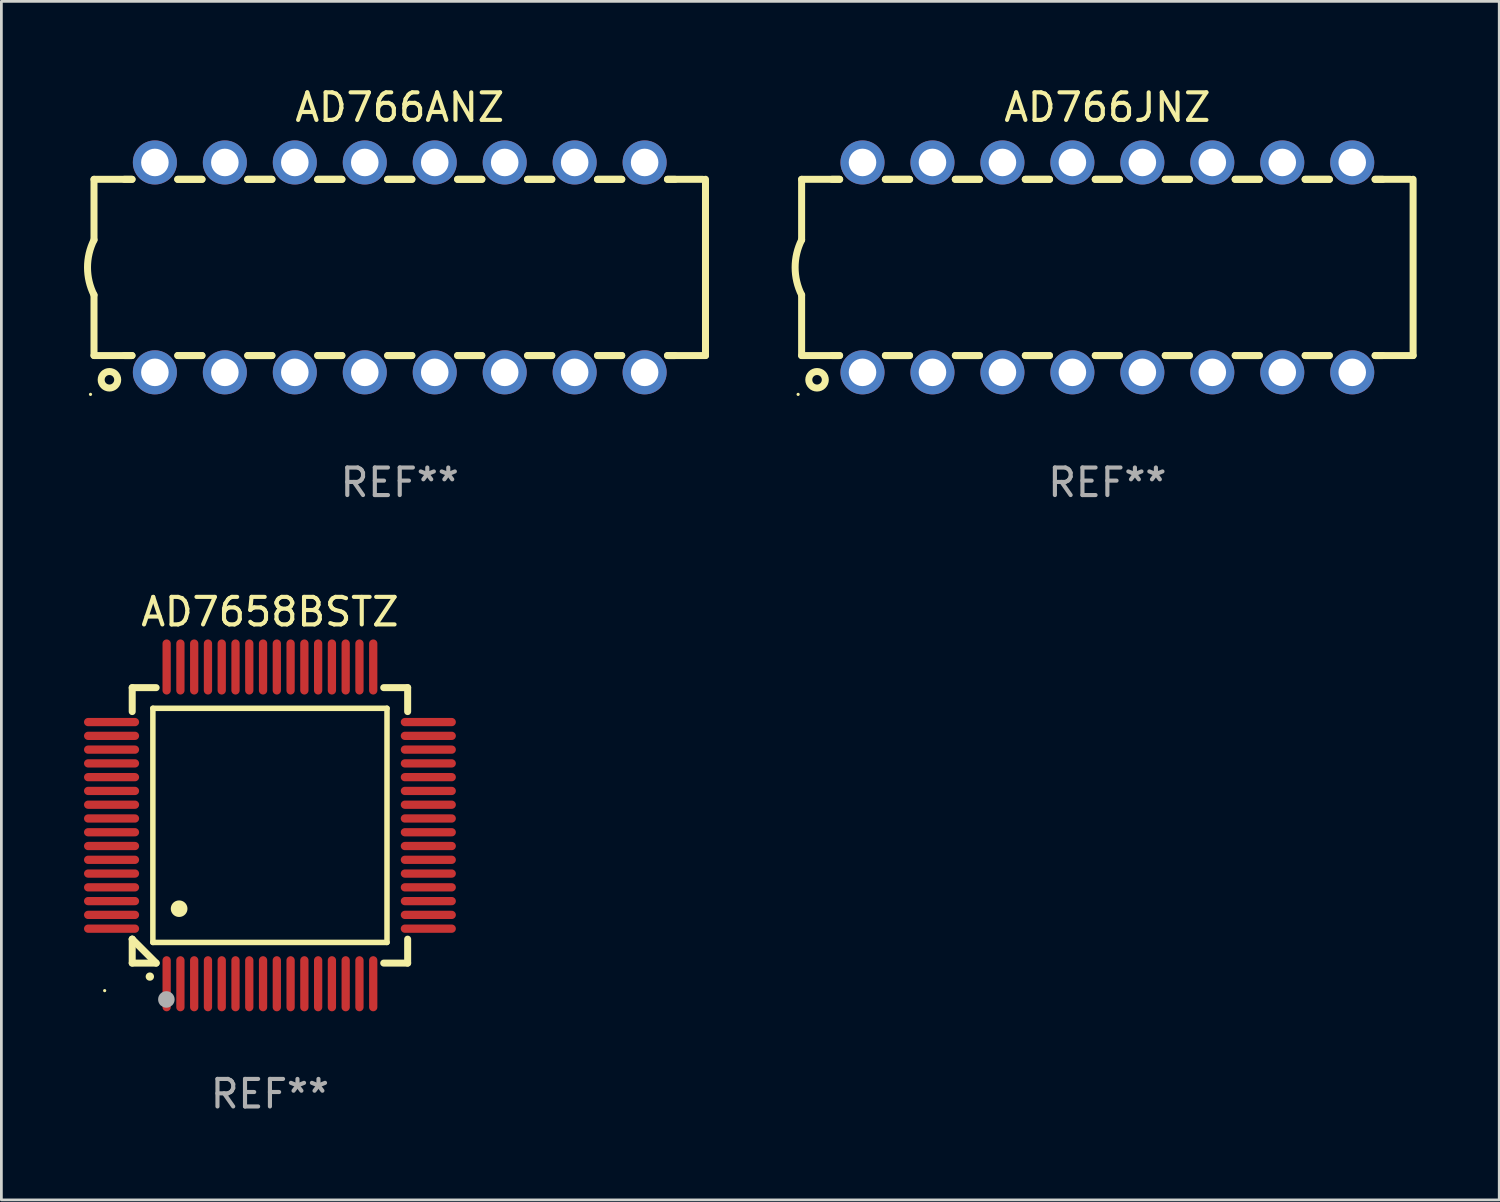
<source format=kicad_pcb>
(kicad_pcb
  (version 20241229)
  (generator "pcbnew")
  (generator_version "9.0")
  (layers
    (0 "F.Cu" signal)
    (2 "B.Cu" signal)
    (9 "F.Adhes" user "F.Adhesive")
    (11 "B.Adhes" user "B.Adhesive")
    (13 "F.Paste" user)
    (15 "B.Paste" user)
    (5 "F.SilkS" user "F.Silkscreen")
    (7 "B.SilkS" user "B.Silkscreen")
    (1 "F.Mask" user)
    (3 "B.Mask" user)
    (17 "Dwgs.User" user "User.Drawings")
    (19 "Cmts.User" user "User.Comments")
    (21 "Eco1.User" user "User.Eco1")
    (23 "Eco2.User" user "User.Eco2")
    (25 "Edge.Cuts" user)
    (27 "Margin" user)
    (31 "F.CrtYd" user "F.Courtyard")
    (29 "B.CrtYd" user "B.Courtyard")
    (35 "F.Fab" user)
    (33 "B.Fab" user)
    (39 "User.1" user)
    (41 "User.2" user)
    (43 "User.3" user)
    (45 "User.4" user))
  (footprint "AD766ANZ"
    (layer "F.Cu")
    (at 11.463 6.658)
    (property "Reference" "AD766ANZ" (at 0 -5.81 0) (layer "F.SilkS") (effects (font (size 1 1) (thickness 0.15))))
    (attr through_hole)
    (fp_line (start -11.1 -3.198) (end -9.719 -3.198) (stroke (width 0.254) (type solid)) (layer "F.SilkS"))
    (fp_line (start -11.1 -0.998) (end -11.1 -3.198) (stroke (width 0.254) (type solid)) (layer "F.SilkS"))
    (fp_line (start -11.1 3.2) (end -11.1 1) (stroke (width 0.254) (type solid)) (layer "F.SilkS"))
    (fp_line (start -11.1 3.2) (end -9.721 3.2) (stroke (width 0.254) (type solid)) (layer "F.SilkS"))
    (fp_line (start -10 -3.198) (end -9.719 -3.198) (stroke (width 0.254) (type solid)) (layer "F.SilkS"))
    (fp_line (start -10 3.2) (end -9.721 3.2) (stroke (width 0.254) (type solid)) (layer "F.SilkS"))
    (fp_line (start -8.061 -3.198) (end -7.179 -3.198) (stroke (width 0.254) (type solid)) (layer "F.SilkS"))
    (fp_line (start -8.061 -3.198) (end -7.179 -3.198) (stroke (width 0.254) (type solid)) (layer "F.SilkS"))
    (fp_line (start -8.059 3.2) (end -7.181 3.2) (stroke (width 0.254) (type solid)) (layer "F.SilkS"))
    (fp_line (start -8.059 3.2) (end -7.181 3.2) (stroke (width 0.254) (type solid)) (layer "F.SilkS"))
    (fp_line (start -5.521 -3.198) (end -4.639 -3.198) (stroke (width 0.254) (type solid)) (layer "F.SilkS"))
    (fp_line (start -5.521 -3.198) (end -4.639 -3.198) (stroke (width 0.254) (type solid)) (layer "F.SilkS"))
    (fp_line (start -5.519 3.2) (end -4.641 3.2) (stroke (width 0.254) (type solid)) (layer "F.SilkS"))
    (fp_line (start -5.519 3.2) (end -4.641 3.2) (stroke (width 0.254) (type solid)) (layer "F.SilkS"))
    (fp_line (start -2.981 -3.198) (end -2.099 -3.198) (stroke (width 0.254) (type solid)) (layer "F.SilkS"))
    (fp_line (start -2.981 -3.198) (end -2.099 -3.198) (stroke (width 0.254) (type solid)) (layer "F.SilkS"))
    (fp_line (start -2.979 3.2) (end -2.101 3.2) (stroke (width 0.254) (type solid)) (layer "F.SilkS"))
    (fp_line (start -2.979 3.2) (end -2.101 3.2) (stroke (width 0.254) (type solid)) (layer "F.SilkS"))
    (fp_line (start -0.441 -3.198) (end 0.441 -3.198) (stroke (width 0.254) (type solid)) (layer "F.SilkS"))
    (fp_line (start -0.441 -3.198) (end 0.441 -3.198) (stroke (width 0.254) (type solid)) (layer "F.SilkS"))
    (fp_line (start -0.439 3.2) (end 0.439 3.2) (stroke (width 0.254) (type solid)) (layer "F.SilkS"))
    (fp_line (start -0.439 3.2) (end 0.439 3.2) (stroke (width 0.254) (type solid)) (layer "F.SilkS"))
    (fp_line (start 2.099 -3.198) (end 2.981 -3.198) (stroke (width 0.254) (type solid)) (layer "F.SilkS"))
    (fp_line (start 2.099 -3.198) (end 2.981 -3.198) (stroke (width 0.254) (type solid)) (layer "F.SilkS"))
    (fp_line (start 2.101 3.2) (end 2.979 3.2) (stroke (width 0.254) (type solid)) (layer "F.SilkS"))
    (fp_line (start 2.101 3.2) (end 2.979 3.2) (stroke (width 0.254) (type solid)) (layer "F.SilkS"))
    (fp_line (start 4.639 -3.198) (end 5.521 -3.198) (stroke (width 0.254) (type solid)) (layer "F.SilkS"))
    (fp_line (start 4.639 -3.198) (end 5.521 -3.198) (stroke (width 0.254) (type solid)) (layer "F.SilkS"))
    (fp_line (start 4.641 3.2) (end 5.519 3.2) (stroke (width 0.254) (type solid)) (layer "F.SilkS"))
    (fp_line (start 4.641 3.2) (end 5.519 3.2) (stroke (width 0.254) (type solid)) (layer "F.SilkS"))
    (fp_line (start 7.179 -3.198) (end 8.061 -3.198) (stroke (width 0.254) (type solid)) (layer "F.SilkS"))
    (fp_line (start 7.179 -3.198) (end 8.061 -3.198) (stroke (width 0.254) (type solid)) (layer "F.SilkS"))
    (fp_line (start 7.181 3.2) (end 8.059 3.2) (stroke (width 0.254) (type solid)) (layer "F.SilkS"))
    (fp_line (start 7.181 3.2) (end 8.059 3.2) (stroke (width 0.254) (type solid)) (layer "F.SilkS"))
    (fp_line (start 9.719 -3.198) (end 10 -3.198) (stroke (width 0.254) (type solid)) (layer "F.SilkS"))
    (fp_line (start 9.719 -3.198) (end 11 -3.198) (stroke (width 0.254) (type solid)) (layer "F.SilkS"))
    (fp_line (start 9.721 3.2) (end 11.1 3.2) (stroke (width 0.254) (type solid)) (layer "F.SilkS"))
    (fp_line (start 9.721 3.2) (end 10 3.2) (stroke (width 0.254) (type solid)) (layer "F.SilkS"))
    (fp_line (start 11.1 3.2) (end 11.1 -3.2) (stroke (width 0.254) (type solid)) (layer "F.SilkS"))
    (fp_arc (start -11.099823 1.000762) (mid -11.335827 0.001303) (end -11.1 -0.998197) (stroke (width 0.254001) (type solid)) (layer "F.SilkS"))
    (fp_circle (center -11.227 4.61) (end -11.197 4.61) (stroke (width 0.06) (type solid)) (fill no) (layer "F.SilkS"))
    (fp_circle (center -10.54 4.08) (end -10.24 4.08) (stroke (width 0.254) (type solid)) (fill no) (layer "F.SilkS"))
    (fp_text user "REF**" (at 0 7.81 0) (layer "F.Fab") (effects (font (size 1 1) (thickness 0.15))))
    (pad "1" thru_hole circle (at -8.89 3.81) (size 1.6 1.6) (drill 1) (layers "*.Cu" "*.Mask"))
    (pad "2" thru_hole circle (at -6.35 3.81) (size 1.6 1.6) (drill 1) (layers "*.Cu" "*.Mask"))
    (pad "3" thru_hole circle (at -3.81 3.81) (size 1.6 1.6) (drill 1) (layers "*.Cu" "*.Mask"))
    (pad "4" thru_hole circle (at -1.27 3.81) (size 1.6 1.6) (drill 1) (layers "*.Cu" "*.Mask"))
    (pad "5" thru_hole circle (at 1.27 3.81) (size 1.6 1.6) (drill 1) (layers "*.Cu" "*.Mask"))
    (pad "6" thru_hole circle (at 3.81 3.81) (size 1.6 1.6) (drill 1) (layers "*.Cu" "*.Mask"))
    (pad "7" thru_hole circle (at 6.35 3.81) (size 1.6 1.6) (drill 1) (layers "*.Cu" "*.Mask"))
    (pad "8" thru_hole circle (at 8.89 3.81) (size 1.6 1.6) (drill 1) (layers "*.Cu" "*.Mask"))
    (pad "9" thru_hole circle (at 8.89 -3.81) (size 1.6 1.6) (drill 1) (layers "*.Cu" "*.Mask"))
    (pad "10" thru_hole circle (at 6.35 -3.81) (size 1.6 1.6) (drill 1) (layers "*.Cu" "*.Mask"))
    (pad "11" thru_hole circle (at 3.81 -3.81) (size 1.6 1.6) (drill 1) (layers "*.Cu" "*.Mask"))
    (pad "12" thru_hole circle (at 1.27 -3.81) (size 1.6 1.6) (drill 1) (layers "*.Cu" "*.Mask"))
    (pad "13" thru_hole circle (at -1.27 -3.81) (size 1.6 1.6) (drill 1) (layers "*.Cu" "*.Mask"))
    (pad "14" thru_hole circle (at -3.81 -3.81) (size 1.6 1.6) (drill 1) (layers "*.Cu" "*.Mask"))
    (pad "15" thru_hole circle (at -6.35 -3.81) (size 1.6 1.6) (drill 1) (layers "*.Cu" "*.Mask"))
    (pad "16" thru_hole circle (at -8.89 -3.81) (size 1.6 1.6) (drill 1) (layers "*.Cu" "*.Mask")))
  (footprint "AD7658BSTZ"
    (layer "F.Cu")
    (at 6.75 26.915)
    (property "Reference" "AD7658BSTZ" (at 0 -7.75 0) (layer "F.SilkS") (effects (font (size 1 1) (thickness 0.15))))
    (attr through_hole)
    (fp_line (start -5 -5) (end -4.131 -5) (stroke (width 0.254) (type solid)) (layer "F.SilkS"))
    (fp_line (start -5 -4.131) (end -5 -5) (stroke (width 0.254) (type solid)) (layer "F.SilkS"))
    (fp_line (start -5 4.131) (end -5 4.131) (stroke (width 0.254) (type solid)) (layer "F.SilkS"))
    (fp_line (start -5 5) (end -5 4.131) (stroke (width 0.254) (type solid)) (layer "F.SilkS"))
    (fp_line (start -5 4.131) (end -4.131 5) (stroke (width 0.254) (type solid)) (layer "F.SilkS"))
    (fp_line (start -4.25 -4.25) (end -4.25 4.25) (stroke (width 0.2) (type solid)) (layer "F.SilkS"))
    (fp_line (start -4.25 4.25) (end 4.25 4.25) (stroke (width 0.2) (type solid)) (layer "F.SilkS"))
    (fp_line (start -4.131 5) (end -5 5) (stroke (width 0.254) (type solid)) (layer "F.SilkS"))
    (fp_line (start 4.25 -4.25) (end -4.25 -4.25) (stroke (width 0.2) (type solid)) (layer "F.SilkS"))
    (fp_line (start 4.25 4.25) (end 4.25 -4.25) (stroke (width 0.2) (type solid)) (layer "F.SilkS"))
    (fp_line (start 5 -5) (end 4.131 -5) (stroke (width 0.254) (type solid)) (layer "F.SilkS"))
    (fp_line (start 5 -5) (end 5 -4.131) (stroke (width 0.254) (type solid)) (layer "F.SilkS"))
    (fp_line (start 5 4.131) (end 5 5) (stroke (width 0.254) (type solid)) (layer "F.SilkS"))
    (fp_line (start 5 5) (end 4.131 5) (stroke (width 0.254) (type solid)) (layer "F.SilkS"))
    (fp_arc (start -4.361265 5.489992) (mid -4.359995 5.489987) (end -4.358725 5.489992) (stroke (width 0.3) (type solid)) (layer "F.SilkS"))
    (fp_arc (start -3.299467 3.025146) (mid -3.296927 3.025135) (end -3.294387 3.025146) (stroke (width 0.6) (type solid)) (layer "F.SilkS"))
    (fp_circle (center -6 6) (end -5.97 6) (stroke (width 0.06) (type solid)) (fill no) (layer "F.SilkS"))
    (fp_circle (center -3.76 6.32) (end -3.61 6.32) (stroke (width 0.3) (type solid)) (fill no) (layer "F.Fab"))
    (fp_text user "REF**" (at 0 9.75 0) (layer "F.Fab") (effects (font (size 1 1) (thickness 0.15))))
    (pad "1" smd oval (at -3.75 5.75) (size 0.3 2) (layers "F.Cu" "F.Mask" "F.Paste"))
    (pad "2" smd oval (at -3.25 5.75) (size 0.3 2) (layers "F.Cu" "F.Mask" "F.Paste"))
    (pad "3" smd oval (at -2.75 5.75) (size 0.3 2) (layers "F.Cu" "F.Mask" "F.Paste"))
    (pad "4" smd oval (at -2.25 5.75) (size 0.3 2) (layers "F.Cu" "F.Mask" "F.Paste"))
    (pad "5" smd oval (at -1.75 5.75) (size 0.3 2) (layers "F.Cu" "F.Mask" "F.Paste"))
    (pad "6" smd oval (at -1.25 5.75) (size 0.3 2) (layers "F.Cu" "F.Mask" "F.Paste"))
    (pad "7" smd oval (at -0.75 5.75) (size 0.3 2) (layers "F.Cu" "F.Mask" "F.Paste"))
    (pad "8" smd oval (at -0.25 5.75) (size 0.3 2) (layers "F.Cu" "F.Mask" "F.Paste"))
    (pad "9" smd oval (at 0.25 5.75) (size 0.3 2) (layers "F.Cu" "F.Mask" "F.Paste"))
    (pad "10" smd oval (at 0.75 5.75) (size 0.3 2) (layers "F.Cu" "F.Mask" "F.Paste"))
    (pad "11" smd oval (at 1.25 5.75) (size 0.3 2) (layers "F.Cu" "F.Mask" "F.Paste"))
    (pad "12" smd oval (at 1.75 5.75) (size 0.3 2) (layers "F.Cu" "F.Mask" "F.Paste"))
    (pad "13" smd oval (at 2.25 5.75) (size 0.3 2) (layers "F.Cu" "F.Mask" "F.Paste"))
    (pad "14" smd oval (at 2.75 5.75) (size 0.3 2) (layers "F.Cu" "F.Mask" "F.Paste"))
    (pad "15" smd oval (at 3.25 5.75) (size 0.3 2) (layers "F.Cu" "F.Mask" "F.Paste"))
    (pad "16" smd oval (at 3.75 5.75) (size 0.3 2) (layers "F.Cu" "F.Mask" "F.Paste"))
    (pad "17" smd oval (at 5.75 3.75) (size 2 0.3) (layers "F.Cu" "F.Mask" "F.Paste"))
    (pad "18" smd oval (at 5.75 3.25) (size 2 0.3) (layers "F.Cu" "F.Mask" "F.Paste"))
    (pad "19" smd oval (at 5.75 2.75) (size 2 0.3) (layers "F.Cu" "F.Mask" "F.Paste"))
    (pad "20" smd oval (at 5.75 2.25) (size 2 0.3) (layers "F.Cu" "F.Mask" "F.Paste"))
    (pad "21" smd oval (at 5.75 1.75) (size 2 0.3) (layers "F.Cu" "F.Mask" "F.Paste"))
    (pad "22" smd oval (at 5.75 1.25) (size 2 0.3) (layers "F.Cu" "F.Mask" "F.Paste"))
    (pad "23" smd oval (at 5.75 0.75) (size 2 0.3) (layers "F.Cu" "F.Mask" "F.Paste"))
    (pad "24" smd oval (at 5.75 0.25) (size 2 0.3) (layers "F.Cu" "F.Mask" "F.Paste"))
    (pad "25" smd oval (at 5.75 -0.25) (size 2 0.3) (layers "F.Cu" "F.Mask" "F.Paste"))
    (pad "26" smd oval (at 5.75 -0.75) (size 2 0.3) (layers "F.Cu" "F.Mask" "F.Paste"))
    (pad "27" smd oval (at 5.75 -1.25) (size 2 0.3) (layers "F.Cu" "F.Mask" "F.Paste"))
    (pad "28" smd oval (at 5.75 -1.75) (size 2 0.3) (layers "F.Cu" "F.Mask" "F.Paste"))
    (pad "29" smd oval (at 5.75 -2.25) (size 2 0.3) (layers "F.Cu" "F.Mask" "F.Paste"))
    (pad "30" smd oval (at 5.75 -2.75) (size 2 0.3) (layers "F.Cu" "F.Mask" "F.Paste"))
    (pad "31" smd oval (at 5.75 -3.25) (size 2 0.3) (layers "F.Cu" "F.Mask" "F.Paste"))
    (pad "32" smd oval (at 5.75 -3.75) (size 2 0.3) (layers "F.Cu" "F.Mask" "F.Paste"))
    (pad "33" smd oval (at 3.75 -5.75) (size 0.3 2) (layers "F.Cu" "F.Mask" "F.Paste"))
    (pad "34" smd oval (at 3.25 -5.75) (size 0.3 2) (layers "F.Cu" "F.Mask" "F.Paste"))
    (pad "35" smd oval (at 2.75 -5.75) (size 0.3 2) (layers "F.Cu" "F.Mask" "F.Paste"))
    (pad "36" smd oval (at 2.25 -5.75) (size 0.3 2) (layers "F.Cu" "F.Mask" "F.Paste"))
    (pad "37" smd oval (at 1.75 -5.75) (size 0.3 2) (layers "F.Cu" "F.Mask" "F.Paste"))
    (pad "38" smd oval (at 1.25 -5.75) (size 0.3 2) (layers "F.Cu" "F.Mask" "F.Paste"))
    (pad "39" smd oval (at 0.75 -5.75) (size 0.3 2) (layers "F.Cu" "F.Mask" "F.Paste"))
    (pad "40" smd oval (at 0.25 -5.75) (size 0.3 2) (layers "F.Cu" "F.Mask" "F.Paste"))
    (pad "41" smd oval (at -0.25 -5.75) (size 0.3 2) (layers "F.Cu" "F.Mask" "F.Paste"))
    (pad "42" smd oval (at -0.75 -5.75) (size 0.3 2) (layers "F.Cu" "F.Mask" "F.Paste"))
    (pad "43" smd oval (at -1.25 -5.75) (size 0.3 2) (layers "F.Cu" "F.Mask" "F.Paste"))
    (pad "44" smd oval (at -1.75 -5.75) (size 0.3 2) (layers "F.Cu" "F.Mask" "F.Paste"))
    (pad "45" smd oval (at -2.25 -5.75) (size 0.3 2) (layers "F.Cu" "F.Mask" "F.Paste"))
    (pad "46" smd oval (at -2.75 -5.75) (size 0.3 2) (layers "F.Cu" "F.Mask" "F.Paste"))
    (pad "47" smd oval (at -3.25 -5.75) (size 0.3 2) (layers "F.Cu" "F.Mask" "F.Paste"))
    (pad "48" smd oval (at -3.75 -5.75) (size 0.3 2) (layers "F.Cu" "F.Mask" "F.Paste"))
    (pad "49" smd oval (at -5.75 -3.75) (size 2 0.3) (layers "F.Cu" "F.Mask" "F.Paste"))
    (pad "50" smd oval (at -5.75 -3.25) (size 2 0.3) (layers "F.Cu" "F.Mask" "F.Paste"))
    (pad "51" smd oval (at -5.75 -2.75) (size 2 0.3) (layers "F.Cu" "F.Mask" "F.Paste"))
    (pad "52" smd oval (at -5.75 -2.25) (size 2 0.3) (layers "F.Cu" "F.Mask" "F.Paste"))
    (pad "53" smd oval (at -5.75 -1.75) (size 2 0.3) (layers "F.Cu" "F.Mask" "F.Paste"))
    (pad "54" smd oval (at -5.75 -1.25) (size 2 0.3) (layers "F.Cu" "F.Mask" "F.Paste"))
    (pad "55" smd oval (at -5.75 -0.75) (size 2 0.3) (layers "F.Cu" "F.Mask" "F.Paste"))
    (pad "56" smd oval (at -5.75 -0.25) (size 2 0.3) (layers "F.Cu" "F.Mask" "F.Paste"))
    (pad "57" smd oval (at -5.75 0.25) (size 2 0.3) (layers "F.Cu" "F.Mask" "F.Paste"))
    (pad "58" smd oval (at -5.75 0.75) (size 2 0.3) (layers "F.Cu" "F.Mask" "F.Paste"))
    (pad "59" smd oval (at -5.75 1.25) (size 2 0.3) (layers "F.Cu" "F.Mask" "F.Paste"))
    (pad "60" smd oval (at -5.75 1.75) (size 2 0.3) (layers "F.Cu" "F.Mask" "F.Paste"))
    (pad "61" smd oval (at -5.75 2.25) (size 2 0.3) (layers "F.Cu" "F.Mask" "F.Paste"))
    (pad "62" smd oval (at -5.75 2.75) (size 2 0.3) (layers "F.Cu" "F.Mask" "F.Paste"))
    (pad "63" smd oval (at -5.75 3.25) (size 2 0.3) (layers "F.Cu" "F.Mask" "F.Paste"))
    (pad "64" smd oval (at -5.75 3.75) (size 2 0.3) (layers "F.Cu" "F.Mask" "F.Paste")))
  (footprint "AD766JNZ"
    (layer "F.Cu")
    (at 37.153 6.658)
    (property "Reference" "AD766JNZ" (at 0 -5.81 0) (layer "F.SilkS") (effects (font (size 1 1) (thickness 0.15))))
    (attr through_hole)
    (fp_line (start -11.1 -3.198) (end -9.719 -3.198) (stroke (width 0.254) (type solid)) (layer "F.SilkS"))
    (fp_line (start -11.1 -0.998) (end -11.1 -3.198) (stroke (width 0.254) (type solid)) (layer "F.SilkS"))
    (fp_line (start -11.1 3.2) (end -11.1 1) (stroke (width 0.254) (type solid)) (layer "F.SilkS"))
    (fp_line (start -11.1 3.2) (end -9.721 3.2) (stroke (width 0.254) (type solid)) (layer "F.SilkS"))
    (fp_line (start -10 -3.198) (end -9.719 -3.198) (stroke (width 0.254) (type solid)) (layer "F.SilkS"))
    (fp_line (start -10 3.2) (end -9.721 3.2) (stroke (width 0.254) (type solid)) (layer "F.SilkS"))
    (fp_line (start -8.061 -3.198) (end -7.179 -3.198) (stroke (width 0.254) (type solid)) (layer "F.SilkS"))
    (fp_line (start -8.061 -3.198) (end -7.179 -3.198) (stroke (width 0.254) (type solid)) (layer "F.SilkS"))
    (fp_line (start -8.059 3.2) (end -7.181 3.2) (stroke (width 0.254) (type solid)) (layer "F.SilkS"))
    (fp_line (start -8.059 3.2) (end -7.181 3.2) (stroke (width 0.254) (type solid)) (layer "F.SilkS"))
    (fp_line (start -5.521 -3.198) (end -4.639 -3.198) (stroke (width 0.254) (type solid)) (layer "F.SilkS"))
    (fp_line (start -5.521 -3.198) (end -4.639 -3.198) (stroke (width 0.254) (type solid)) (layer "F.SilkS"))
    (fp_line (start -5.519 3.2) (end -4.641 3.2) (stroke (width 0.254) (type solid)) (layer "F.SilkS"))
    (fp_line (start -5.519 3.2) (end -4.641 3.2) (stroke (width 0.254) (type solid)) (layer "F.SilkS"))
    (fp_line (start -2.981 -3.198) (end -2.099 -3.198) (stroke (width 0.254) (type solid)) (layer "F.SilkS"))
    (fp_line (start -2.981 -3.198) (end -2.099 -3.198) (stroke (width 0.254) (type solid)) (layer "F.SilkS"))
    (fp_line (start -2.979 3.2) (end -2.101 3.2) (stroke (width 0.254) (type solid)) (layer "F.SilkS"))
    (fp_line (start -2.979 3.2) (end -2.101 3.2) (stroke (width 0.254) (type solid)) (layer "F.SilkS"))
    (fp_line (start -0.441 -3.198) (end 0.441 -3.198) (stroke (width 0.254) (type solid)) (layer "F.SilkS"))
    (fp_line (start -0.441 -3.198) (end 0.441 -3.198) (stroke (width 0.254) (type solid)) (layer "F.SilkS"))
    (fp_line (start -0.439 3.2) (end 0.439 3.2) (stroke (width 0.254) (type solid)) (layer "F.SilkS"))
    (fp_line (start -0.439 3.2) (end 0.439 3.2) (stroke (width 0.254) (type solid)) (layer "F.SilkS"))
    (fp_line (start 2.099 -3.198) (end 2.981 -3.198) (stroke (width 0.254) (type solid)) (layer "F.SilkS"))
    (fp_line (start 2.099 -3.198) (end 2.981 -3.198) (stroke (width 0.254) (type solid)) (layer "F.SilkS"))
    (fp_line (start 2.101 3.2) (end 2.979 3.2) (stroke (width 0.254) (type solid)) (layer "F.SilkS"))
    (fp_line (start 2.101 3.2) (end 2.979 3.2) (stroke (width 0.254) (type solid)) (layer "F.SilkS"))
    (fp_line (start 4.639 -3.198) (end 5.521 -3.198) (stroke (width 0.254) (type solid)) (layer "F.SilkS"))
    (fp_line (start 4.639 -3.198) (end 5.521 -3.198) (stroke (width 0.254) (type solid)) (layer "F.SilkS"))
    (fp_line (start 4.641 3.2) (end 5.519 3.2) (stroke (width 0.254) (type solid)) (layer "F.SilkS"))
    (fp_line (start 4.641 3.2) (end 5.519 3.2) (stroke (width 0.254) (type solid)) (layer "F.SilkS"))
    (fp_line (start 7.179 -3.198) (end 8.061 -3.198) (stroke (width 0.254) (type solid)) (layer "F.SilkS"))
    (fp_line (start 7.179 -3.198) (end 8.061 -3.198) (stroke (width 0.254) (type solid)) (layer "F.SilkS"))
    (fp_line (start 7.181 3.2) (end 8.059 3.2) (stroke (width 0.254) (type solid)) (layer "F.SilkS"))
    (fp_line (start 7.181 3.2) (end 8.059 3.2) (stroke (width 0.254) (type solid)) (layer "F.SilkS"))
    (fp_line (start 9.719 -3.198) (end 10 -3.198) (stroke (width 0.254) (type solid)) (layer "F.SilkS"))
    (fp_line (start 9.719 -3.198) (end 11 -3.198) (stroke (width 0.254) (type solid)) (layer "F.SilkS"))
    (fp_line (start 9.721 3.2) (end 11.1 3.2) (stroke (width 0.254) (type solid)) (layer "F.SilkS"))
    (fp_line (start 9.721 3.2) (end 10 3.2) (stroke (width 0.254) (type solid)) (layer "F.SilkS"))
    (fp_line (start 11.1 3.2) (end 11.1 -3.2) (stroke (width 0.254) (type solid)) (layer "F.SilkS"))
    (fp_arc (start -11.099823 1.000762) (mid -11.335827 0.001303) (end -11.1 -0.998197) (stroke (width 0.254001) (type solid)) (layer "F.SilkS"))
    (fp_circle (center -11.227 4.61) (end -11.197 4.61) (stroke (width 0.06) (type solid)) (fill no) (layer "F.SilkS"))
    (fp_circle (center -10.54 4.08) (end -10.24 4.08) (stroke (width 0.254) (type solid)) (fill no) (layer "F.SilkS"))
    (fp_text user "REF**" (at 0 7.81 0) (layer "F.Fab") (effects (font (size 1 1) (thickness 0.15))))
    (pad "1" thru_hole circle (at -8.89 3.81) (size 1.6 1.6) (drill 1) (layers "*.Cu" "*.Mask"))
    (pad "2" thru_hole circle (at -6.35 3.81) (size 1.6 1.6) (drill 1) (layers "*.Cu" "*.Mask"))
    (pad "3" thru_hole circle (at -3.81 3.81) (size 1.6 1.6) (drill 1) (layers "*.Cu" "*.Mask"))
    (pad "4" thru_hole circle (at -1.27 3.81) (size 1.6 1.6) (drill 1) (layers "*.Cu" "*.Mask"))
    (pad "5" thru_hole circle (at 1.27 3.81) (size 1.6 1.6) (drill 1) (layers "*.Cu" "*.Mask"))
    (pad "6" thru_hole circle (at 3.81 3.81) (size 1.6 1.6) (drill 1) (layers "*.Cu" "*.Mask"))
    (pad "7" thru_hole circle (at 6.35 3.81) (size 1.6 1.6) (drill 1) (layers "*.Cu" "*.Mask"))
    (pad "8" thru_hole circle (at 8.89 3.81) (size 1.6 1.6) (drill 1) (layers "*.Cu" "*.Mask"))
    (pad "9" thru_hole circle (at 8.89 -3.81) (size 1.6 1.6) (drill 1) (layers "*.Cu" "*.Mask"))
    (pad "10" thru_hole circle (at 6.35 -3.81) (size 1.6 1.6) (drill 1) (layers "*.Cu" "*.Mask"))
    (pad "11" thru_hole circle (at 3.81 -3.81) (size 1.6 1.6) (drill 1) (layers "*.Cu" "*.Mask"))
    (pad "12" thru_hole circle (at 1.27 -3.81) (size 1.6 1.6) (drill 1) (layers "*.Cu" "*.Mask"))
    (pad "13" thru_hole circle (at -1.27 -3.81) (size 1.6 1.6) (drill 1) (layers "*.Cu" "*.Mask"))
    (pad "14" thru_hole circle (at -3.81 -3.81) (size 1.6 1.6) (drill 1) (layers "*.Cu" "*.Mask"))
    (pad "15" thru_hole circle (at -6.35 -3.81) (size 1.6 1.6) (drill 1) (layers "*.Cu" "*.Mask"))
    (pad "16" thru_hole circle (at -8.89 -3.81) (size 1.6 1.6) (drill 1) (layers "*.Cu" "*.Mask")))
  (gr_rect
    (start -3 -3)
    (end 51.38 40.513)
    (stroke (width 0.1) (type default))
    (fill no)
    (layer "Edge.Cuts")))
</source>
